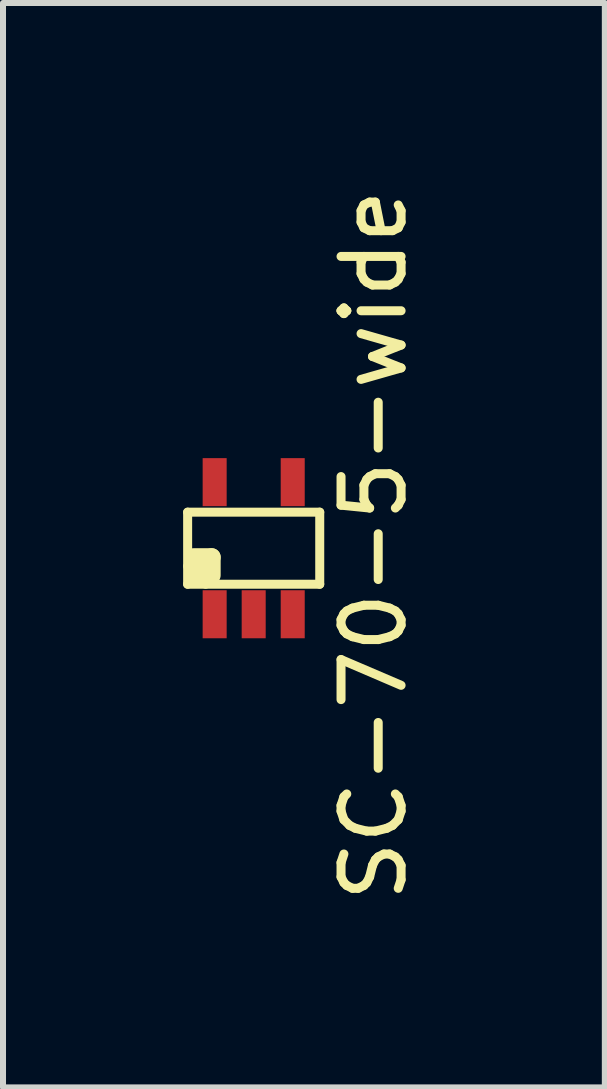
<source format=kicad_pcb>
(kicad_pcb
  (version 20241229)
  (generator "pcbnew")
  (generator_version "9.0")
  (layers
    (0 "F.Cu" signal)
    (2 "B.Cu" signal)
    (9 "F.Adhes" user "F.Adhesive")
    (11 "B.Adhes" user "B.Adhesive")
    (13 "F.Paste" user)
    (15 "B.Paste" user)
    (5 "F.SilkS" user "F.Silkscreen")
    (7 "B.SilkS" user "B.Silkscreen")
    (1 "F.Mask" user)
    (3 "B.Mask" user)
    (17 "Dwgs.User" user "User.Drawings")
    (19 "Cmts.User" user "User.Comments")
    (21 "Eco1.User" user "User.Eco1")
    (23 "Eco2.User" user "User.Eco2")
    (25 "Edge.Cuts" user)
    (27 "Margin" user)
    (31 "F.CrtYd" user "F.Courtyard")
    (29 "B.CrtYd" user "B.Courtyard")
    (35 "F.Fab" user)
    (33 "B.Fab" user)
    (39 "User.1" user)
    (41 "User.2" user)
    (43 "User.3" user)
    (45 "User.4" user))
  (footprint "SC-70-5-wide"
    (layer "F.Cu")
    (at 1.175 6.08)
    (property "Reference" "SC-70-5-wide" (at 2 -0.05 90) (layer "F.SilkS") (effects (font (size 1 1) (thickness 0.15))))
    (attr smd)
    (fp_line (start -1.1 -0.6) (end -1.1 0.6) (stroke (width 0.15) (type solid)) (layer "F.SilkS"))
    (fp_line (start -1.1 0.3) (end -0.8 0.3) (stroke (width 0.15) (type solid)) (layer "F.SilkS"))
    (fp_line (start -1.1 0.6) (end 1.1 0.6) (stroke (width 0.15) (type solid)) (layer "F.SilkS"))
    (fp_line (start -1 0.15) (end -0.7 0.15) (stroke (width 0.3) (type solid)) (layer "F.SilkS"))
    (fp_line (start -0.95 0.45) (end -0.8 0.45) (stroke (width 0.3) (type solid)) (layer "F.SilkS"))
    (fp_line (start -0.8 0.3) (end -0.8 0.6) (stroke (width 0.15) (type solid)) (layer "F.SilkS"))
    (fp_line (start -0.7 0.15) (end -0.7 0.45) (stroke (width 0.3) (type solid)) (layer "F.SilkS"))
    (fp_line (start 1.1 -0.6) (end -1.1 -0.6) (stroke (width 0.15) (type solid)) (layer "F.SilkS"))
    (fp_line (start 1.1 0.6) (end 1.1 -0.6) (stroke (width 0.15) (type solid)) (layer "F.SilkS"))
    (pad "1" smd rect (at -0.65 1.1) (size 0.4 0.8) (layers "F.Cu" "F.Mask" "F.Paste"))
    (pad "2" smd rect (at 0 1.1) (size 0.4 0.8) (layers "F.Cu" "F.Mask" "F.Paste"))
    (pad "3" smd rect (at 0.65 1.1) (size 0.4 0.8) (layers "F.Cu" "F.Mask" "F.Paste"))
    (pad "4" smd rect (at 0.65 -1.1) (size 0.4 0.8) (layers "F.Cu" "F.Mask" "F.Paste"))
    (pad "5" smd rect (at -0.65 -1.1) (size 0.4 0.8) (layers "F.Cu" "F.Mask" "F.Paste")))
  (gr_rect
    (start -3 -3)
    (end 7.023 15.06)
    (stroke (width 0.1) (type default))
    (fill no)
    (layer "Edge.Cuts")))
</source>
